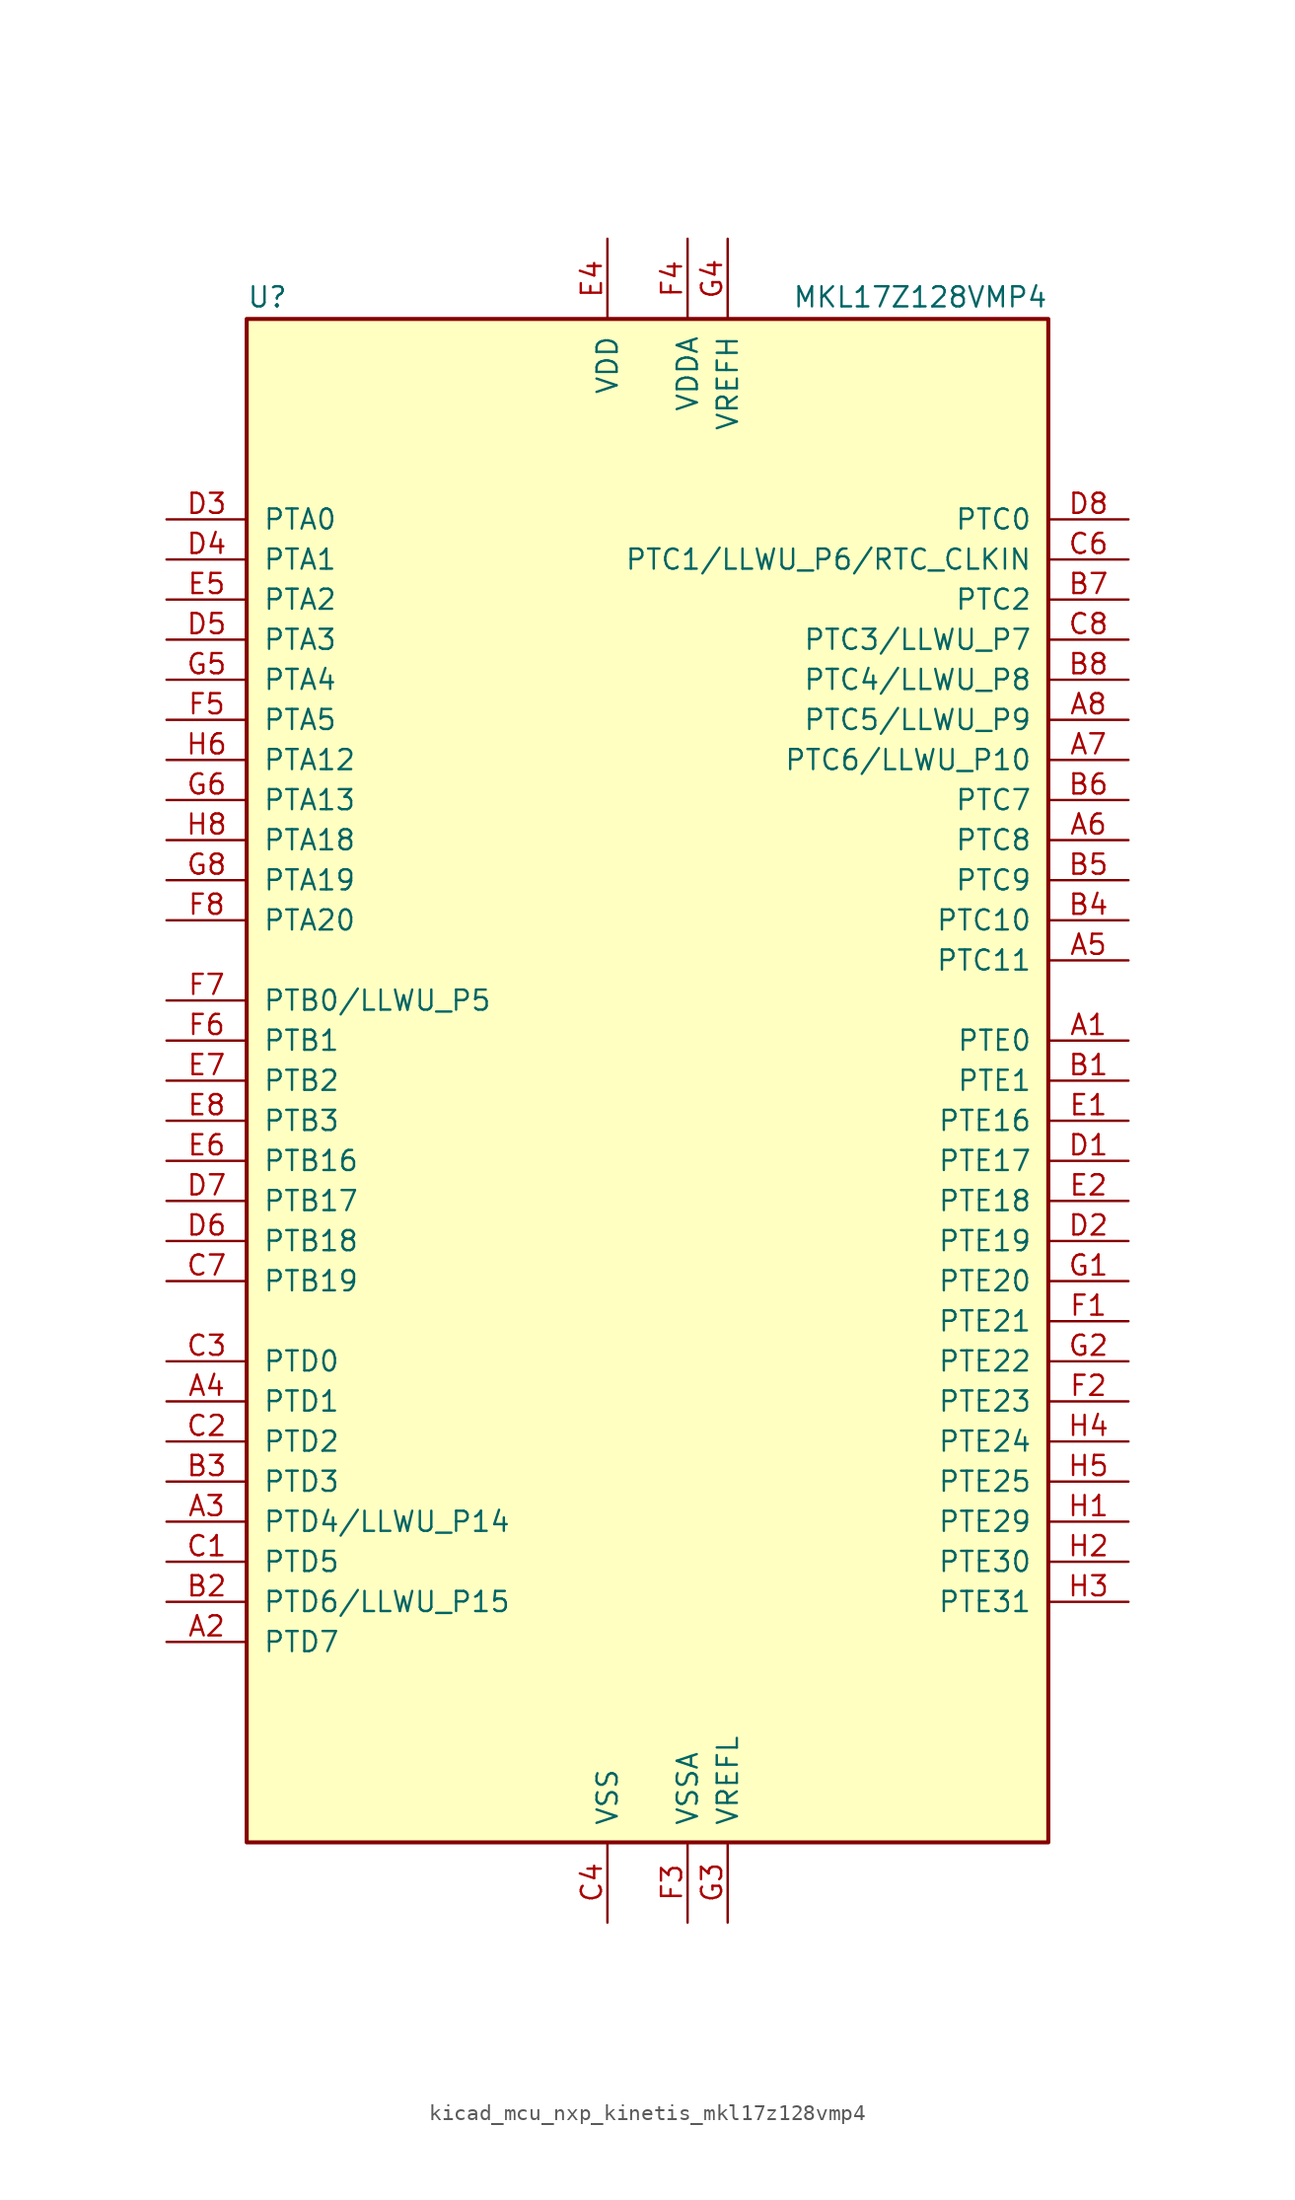
<source format=kicad_sym>
(kicad_symbol_lib
  (version 20220914)
  (generator kicad_symbol_editor)
  (symbol "kicad_mcu_nxp_kinetis_mkl17z128vmp4"
    (pin_names
      (offset 1.016))
    (property "Reference" "U"
      (at -25.4 48.895 0)
      (effects (font (size 1.27 1.27)) (justify left bottom)))
    (property "Value" "MKL17Z128VMP4"
      (at 25.4 48.895 0)
      (effects (font (size 1.27 1.27)) (justify right bottom)))
    (symbol "kicad_mcu_nxp_kinetis_mkl17z128vmp4_0_1"
      (rectangle (start -25.4 48.26) (end 25.4 -48.26) (stroke (width 0.254) (type default)) (fill (type background))))
    (symbol "kicad_mcu_nxp_kinetis_mkl17z128vmp4_1_1"
      (pin bidirectional line (at 30.48 2.54 180) (length 5.08) (name "PTE0" (effects (font (size 1.27 1.27)))) (number "A1" (effects (font (size 1.27 1.27)))))
      (pin bidirectional line (at -30.48 -35.56 0) (length 5.08) (name "PTD7" (effects (font (size 1.27 1.27)))) (number "A2" (effects (font (size 1.27 1.27)))))
      (pin bidirectional line (at -30.48 -27.94 0) (length 5.08) (name "PTD4/LLWU_P14" (effects (font (size 1.27 1.27)))) (number "A3" (effects (font (size 1.27 1.27)))))
      (pin bidirectional line (at -30.48 -20.32 0) (length 5.08) (name "PTD1" (effects (font (size 1.27 1.27)))) (number "A4" (effects (font (size 1.27 1.27)))))
      (pin bidirectional line (at 30.48 7.62 180) (length 5.08) (name "PTC11" (effects (font (size 1.27 1.27)))) (number "A5" (effects (font (size 1.27 1.27)))))
      (pin bidirectional line (at 30.48 15.24 180) (length 5.08) (name "PTC8" (effects (font (size 1.27 1.27)))) (number "A6" (effects (font (size 1.27 1.27)))))
      (pin bidirectional line (at 30.48 20.32 180) (length 5.08) (name "PTC6/LLWU_P10" (effects (font (size 1.27 1.27)))) (number "A7" (effects (font (size 1.27 1.27)))))
      (pin bidirectional line (at 30.48 22.86 180) (length 5.08) (name "PTC5/LLWU_P9" (effects (font (size 1.27 1.27)))) (number "A8" (effects (font (size 1.27 1.27)))))
      (pin bidirectional line (at 30.48 0 180) (length 5.08) (name "PTE1" (effects (font (size 1.27 1.27)))) (number "B1" (effects (font (size 1.27 1.27)))))
      (pin bidirectional line (at -30.48 -33.02 0) (length 5.08) (name "PTD6/LLWU_P15" (effects (font (size 1.27 1.27)))) (number "B2" (effects (font (size 1.27 1.27)))))
      (pin bidirectional line (at -30.48 -25.4 0) (length 5.08) (name "PTD3" (effects (font (size 1.27 1.27)))) (number "B3" (effects (font (size 1.27 1.27)))))
      (pin bidirectional line (at 30.48 10.16 180) (length 5.08) (name "PTC10" (effects (font (size 1.27 1.27)))) (number "B4" (effects (font (size 1.27 1.27)))))
      (pin bidirectional line (at 30.48 12.7 180) (length 5.08) (name "PTC9" (effects (font (size 1.27 1.27)))) (number "B5" (effects (font (size 1.27 1.27)))))
      (pin bidirectional line (at 30.48 17.78 180) (length 5.08) (name "PTC7" (effects (font (size 1.27 1.27)))) (number "B6" (effects (font (size 1.27 1.27)))))
      (pin bidirectional line (at 30.48 30.48 180) (length 5.08) (name "PTC2" (effects (font (size 1.27 1.27)))) (number "B7" (effects (font (size 1.27 1.27)))))
      (pin bidirectional line (at 30.48 25.4 180) (length 5.08) (name "PTC4/LLWU_P8" (effects (font (size 1.27 1.27)))) (number "B8" (effects (font (size 1.27 1.27)))))
      (pin bidirectional line (at -30.48 -30.48 0) (length 5.08) (name "PTD5" (effects (font (size 1.27 1.27)))) (number "C1" (effects (font (size 1.27 1.27)))))
      (pin bidirectional line (at -30.48 -22.86 0) (length 5.08) (name "PTD2" (effects (font (size 1.27 1.27)))) (number "C2" (effects (font (size 1.27 1.27)))))
      (pin bidirectional line (at -30.48 -17.78 0) (length 5.08) (name "PTD0" (effects (font (size 1.27 1.27)))) (number "C3" (effects (font (size 1.27 1.27)))))
      (pin power_in line (at -2.54 -53.34 90) (length 5.08) (name "VSS" (effects (font (size 1.27 1.27)))) (number "C4" (effects (font (size 1.27 1.27)))))
      (pin no_connect line (at -15.24 -48.26 90) (length 5.08) hide (name "NC" (effects (font (size 1.27 1.27)))) (number "C5" (effects (font (size 1.27 1.27)))))
      (pin bidirectional line (at 30.48 33.02 180) (length 5.08) (name "PTC1/LLWU_P6/RTC_CLKIN" (effects (font (size 1.27 1.27)))) (number "C6" (effects (font (size 1.27 1.27)))))
      (pin bidirectional line (at -30.48 -12.7 0) (length 5.08) (name "PTB19" (effects (font (size 1.27 1.27)))) (number "C7" (effects (font (size 1.27 1.27)))))
      (pin bidirectional line (at 30.48 27.94 180) (length 5.08) (name "PTC3/LLWU_P7" (effects (font (size 1.27 1.27)))) (number "C8" (effects (font (size 1.27 1.27)))))
      (pin bidirectional line (at 30.48 -5.08 180) (length 5.08) (name "PTE17" (effects (font (size 1.27 1.27)))) (number "D1" (effects (font (size 1.27 1.27)))))
      (pin bidirectional line (at 30.48 -10.16 180) (length 5.08) (name "PTE19" (effects (font (size 1.27 1.27)))) (number "D2" (effects (font (size 1.27 1.27)))))
      (pin bidirectional line (at -30.48 35.56 0) (length 5.08) (name "PTA0" (effects (font (size 1.27 1.27)))) (number "D3" (effects (font (size 1.27 1.27)))))
      (pin bidirectional line (at -30.48 33.02 0) (length 5.08) (name "PTA1" (effects (font (size 1.27 1.27)))) (number "D4" (effects (font (size 1.27 1.27)))))
      (pin bidirectional line (at -30.48 27.94 0) (length 5.08) (name "PTA3" (effects (font (size 1.27 1.27)))) (number "D5" (effects (font (size 1.27 1.27)))))
      (pin bidirectional line (at -30.48 -10.16 0) (length 5.08) (name "PTB18" (effects (font (size 1.27 1.27)))) (number "D6" (effects (font (size 1.27 1.27)))))
      (pin bidirectional line (at -30.48 -7.62 0) (length 5.08) (name "PTB17" (effects (font (size 1.27 1.27)))) (number "D7" (effects (font (size 1.27 1.27)))))
      (pin bidirectional line (at 30.48 35.56 180) (length 5.08) (name "PTC0" (effects (font (size 1.27 1.27)))) (number "D8" (effects (font (size 1.27 1.27)))))
      (pin bidirectional line (at 30.48 -2.54 180) (length 5.08) (name "PTE16" (effects (font (size 1.27 1.27)))) (number "E1" (effects (font (size 1.27 1.27)))))
      (pin bidirectional line (at 30.48 -7.62 180) (length 5.08) (name "PTE18" (effects (font (size 1.27 1.27)))) (number "E2" (effects (font (size 1.27 1.27)))))
      (pin passive line (at -2.54 -53.34 90) (length 5.08) hide (name "VSS" (effects (font (size 1.27 1.27)))) (number "E3" (effects (font (size 1.27 1.27)))))
      (pin power_in line (at -2.54 53.34 270) (length 5.08) (name "VDD" (effects (font (size 1.27 1.27)))) (number "E4" (effects (font (size 1.27 1.27)))))
      (pin bidirectional line (at -30.48 30.48 0) (length 5.08) (name "PTA2" (effects (font (size 1.27 1.27)))) (number "E5" (effects (font (size 1.27 1.27)))))
      (pin bidirectional line (at -30.48 -5.08 0) (length 5.08) (name "PTB16" (effects (font (size 1.27 1.27)))) (number "E6" (effects (font (size 1.27 1.27)))))
      (pin bidirectional line (at -30.48 0 0) (length 5.08) (name "PTB2" (effects (font (size 1.27 1.27)))) (number "E7" (effects (font (size 1.27 1.27)))))
      (pin bidirectional line (at -30.48 -2.54 0) (length 5.08) (name "PTB3" (effects (font (size 1.27 1.27)))) (number "E8" (effects (font (size 1.27 1.27)))))
      (pin bidirectional line (at 30.48 -15.24 180) (length 5.08) (name "PTE21" (effects (font (size 1.27 1.27)))) (number "F1" (effects (font (size 1.27 1.27)))))
      (pin bidirectional line (at 30.48 -20.32 180) (length 5.08) (name "PTE23" (effects (font (size 1.27 1.27)))) (number "F2" (effects (font (size 1.27 1.27)))))
      (pin power_in line (at 2.54 -53.34 90) (length 5.08) (name "VSSA" (effects (font (size 1.27 1.27)))) (number "F3" (effects (font (size 1.27 1.27)))))
      (pin power_in line (at 2.54 53.34 270) (length 5.08) (name "VDDA" (effects (font (size 1.27 1.27)))) (number "F4" (effects (font (size 1.27 1.27)))))
      (pin bidirectional line (at -30.48 22.86 0) (length 5.08) (name "PTA5" (effects (font (size 1.27 1.27)))) (number "F5" (effects (font (size 1.27 1.27)))))
      (pin bidirectional line (at -30.48 2.54 0) (length 5.08) (name "PTB1" (effects (font (size 1.27 1.27)))) (number "F6" (effects (font (size 1.27 1.27)))))
      (pin bidirectional line (at -30.48 5.08 0) (length 5.08) (name "PTB0/LLWU_P5" (effects (font (size 1.27 1.27)))) (number "F7" (effects (font (size 1.27 1.27)))))
      (pin bidirectional line (at -30.48 10.16 0) (length 5.08) (name "PTA20" (effects (font (size 1.27 1.27)))) (number "F8" (effects (font (size 1.27 1.27)))))
      (pin bidirectional line (at 30.48 -12.7 180) (length 5.08) (name "PTE20" (effects (font (size 1.27 1.27)))) (number "G1" (effects (font (size 1.27 1.27)))))
      (pin bidirectional line (at 30.48 -17.78 180) (length 5.08) (name "PTE22" (effects (font (size 1.27 1.27)))) (number "G2" (effects (font (size 1.27 1.27)))))
      (pin power_in line (at 5.08 -53.34 90) (length 5.08) (name "VREFL" (effects (font (size 1.27 1.27)))) (number "G3" (effects (font (size 1.27 1.27)))))
      (pin power_in line (at 5.08 53.34 270) (length 5.08) (name "VREFH" (effects (font (size 1.27 1.27)))) (number "G4" (effects (font (size 1.27 1.27)))))
      (pin bidirectional line (at -30.48 25.4 0) (length 5.08) (name "PTA4" (effects (font (size 1.27 1.27)))) (number "G5" (effects (font (size 1.27 1.27)))))
      (pin bidirectional line (at -30.48 17.78 0) (length 5.08) (name "PTA13" (effects (font (size 1.27 1.27)))) (number "G6" (effects (font (size 1.27 1.27)))))
      (pin passive line (at -2.54 53.34 270) (length 5.08) hide (name "VDD" (effects (font (size 1.27 1.27)))) (number "G7" (effects (font (size 1.27 1.27)))))
      (pin bidirectional line (at -30.48 12.7 0) (length 5.08) (name "PTA19" (effects (font (size 1.27 1.27)))) (number "G8" (effects (font (size 1.27 1.27)))))
      (pin bidirectional line (at 30.48 -27.94 180) (length 5.08) (name "PTE29" (effects (font (size 1.27 1.27)))) (number "H1" (effects (font (size 1.27 1.27)))))
      (pin bidirectional line (at 30.48 -30.48 180) (length 5.08) (name "PTE30" (effects (font (size 1.27 1.27)))) (number "H2" (effects (font (size 1.27 1.27)))))
      (pin bidirectional line (at 30.48 -33.02 180) (length 5.08) (name "PTE31" (effects (font (size 1.27 1.27)))) (number "H3" (effects (font (size 1.27 1.27)))))
      (pin bidirectional line (at 30.48 -22.86 180) (length 5.08) (name "PTE24" (effects (font (size 1.27 1.27)))) (number "H4" (effects (font (size 1.27 1.27)))))
      (pin bidirectional line (at 30.48 -25.4 180) (length 5.08) (name "PTE25" (effects (font (size 1.27 1.27)))) (number "H5" (effects (font (size 1.27 1.27)))))
      (pin bidirectional line (at -30.48 20.32 0) (length 5.08) (name "PTA12" (effects (font (size 1.27 1.27)))) (number "H6" (effects (font (size 1.27 1.27)))))
      (pin passive line (at -2.54 -53.34 90) (length 5.08) hide (name "VSS" (effects (font (size 1.27 1.27)))) (number "H7" (effects (font (size 1.27 1.27)))))
      (pin bidirectional line (at -30.48 15.24 0) (length 5.08) (name "PTA18" (effects (font (size 1.27 1.27)))) (number "H8" (effects (font (size 1.27 1.27))))))))
</source>
